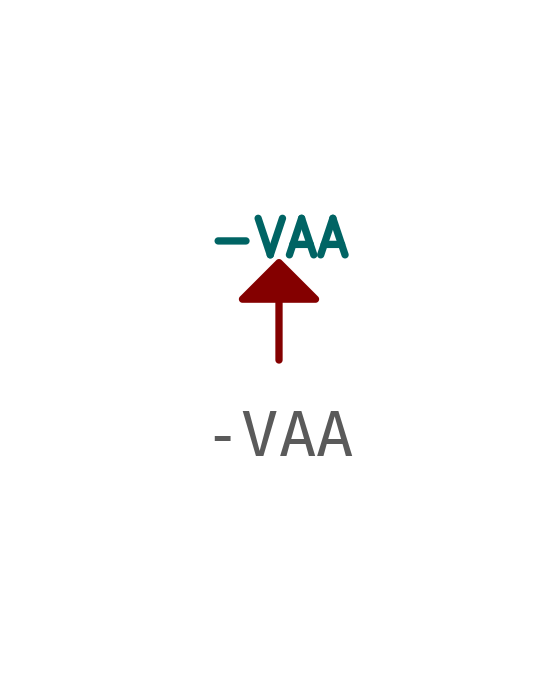
<source format=kicad_sym>
(kicad_symbol_lib
  (version 20211014)
  (generator kicad_symbol_editor)
  (symbol "-VAA"
    (pin_names
      (offset 0))
    (property "Reference" "#PWR"
      (at 0 2.54 0)
      (effects (font (size 0.508 0.508)) hide))
    (property "Value" "-VAA"
      (at 0 2.54 0)
      (effects (font (size 0.762 0.762))))
    (symbol "-VAA_0_0"
      (pin power_in line (at 0 0 90) (length 0) hide (name "-VAA" (effects (font (size 0.508 0.508)))) (number "1" (effects (font (size 0.508 0.508))))))
    (symbol "-VAA_0_1"
      (polyline (pts (xy 0 0) (xy 0 1.27) (xy 0 1.27)) (stroke (width 0) (type default) (color 0 0 0 0)) (fill (type none)))
      (polyline (pts (xy 0 2.032) (xy 0.762 1.27) (xy -0.508 1.27) (xy -0.762 1.27) (xy 0 2.032) (xy 0 2.032) (xy 0 2.032)) (stroke (width 0) (type default) (color 0 0 0 0)) (fill (type outline))))))
</source>
